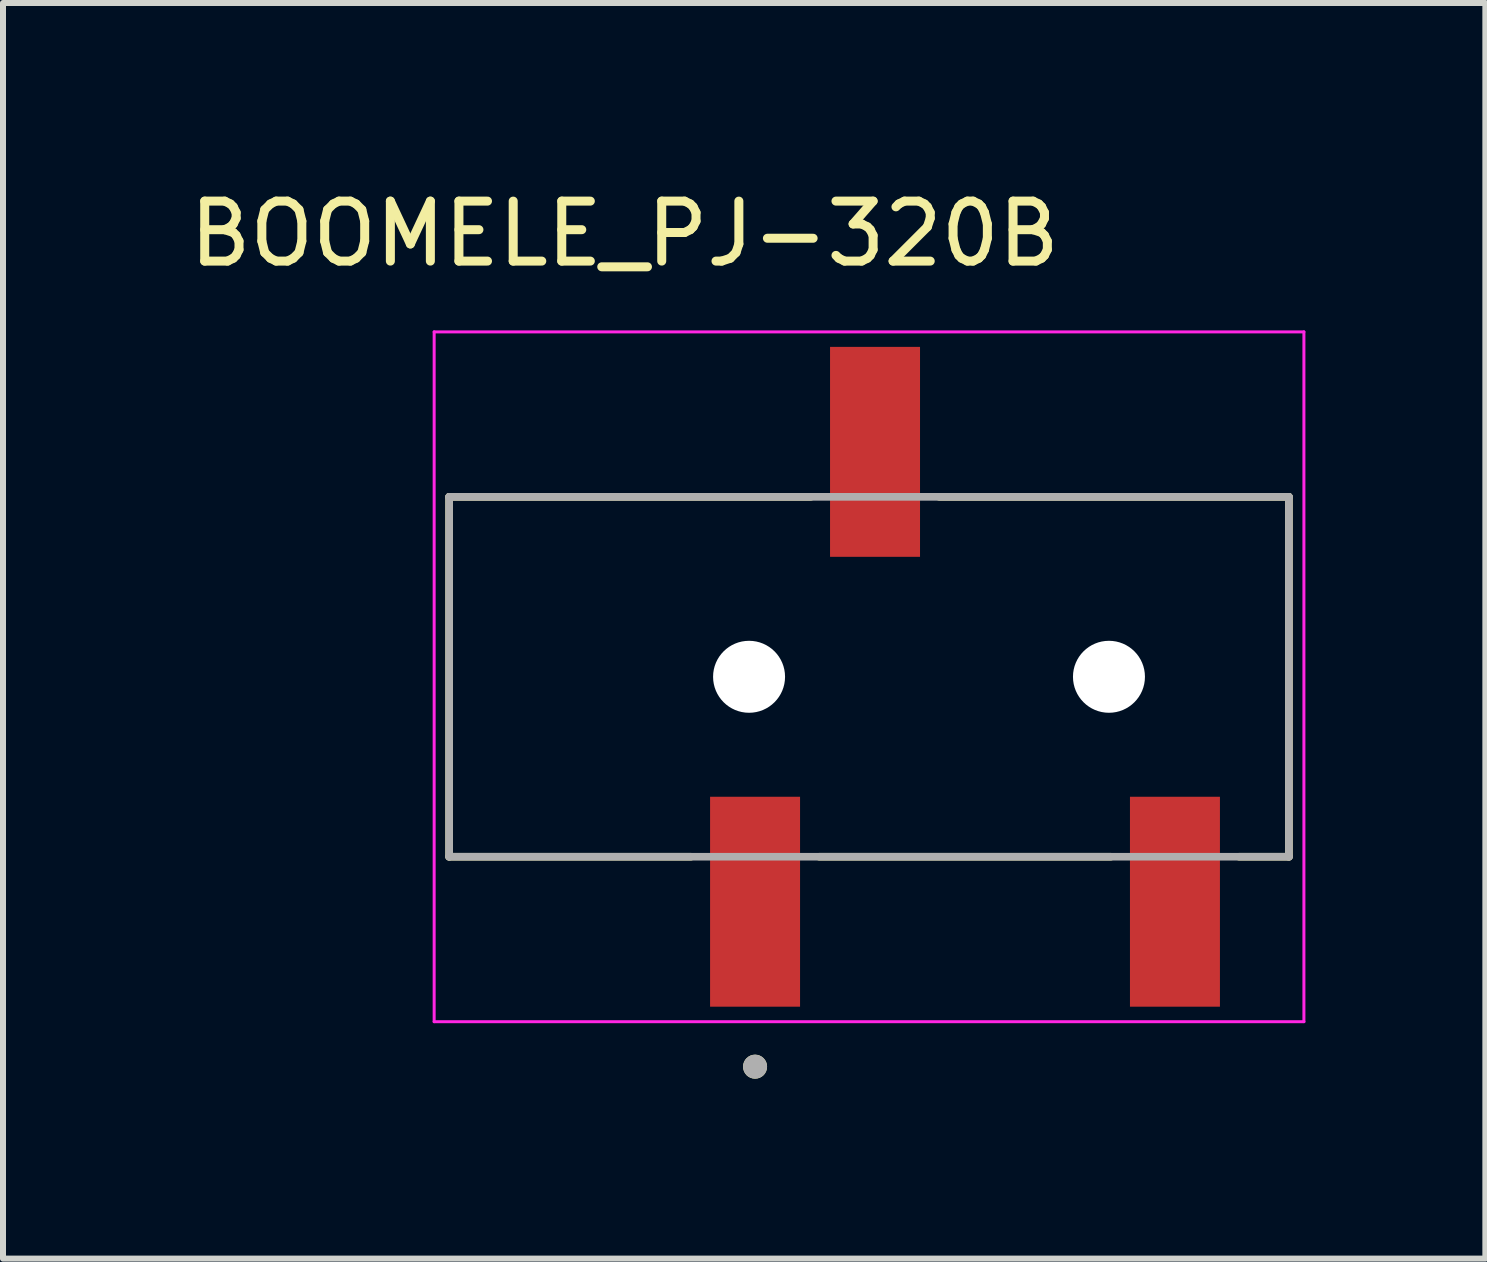
<source format=kicad_pcb>
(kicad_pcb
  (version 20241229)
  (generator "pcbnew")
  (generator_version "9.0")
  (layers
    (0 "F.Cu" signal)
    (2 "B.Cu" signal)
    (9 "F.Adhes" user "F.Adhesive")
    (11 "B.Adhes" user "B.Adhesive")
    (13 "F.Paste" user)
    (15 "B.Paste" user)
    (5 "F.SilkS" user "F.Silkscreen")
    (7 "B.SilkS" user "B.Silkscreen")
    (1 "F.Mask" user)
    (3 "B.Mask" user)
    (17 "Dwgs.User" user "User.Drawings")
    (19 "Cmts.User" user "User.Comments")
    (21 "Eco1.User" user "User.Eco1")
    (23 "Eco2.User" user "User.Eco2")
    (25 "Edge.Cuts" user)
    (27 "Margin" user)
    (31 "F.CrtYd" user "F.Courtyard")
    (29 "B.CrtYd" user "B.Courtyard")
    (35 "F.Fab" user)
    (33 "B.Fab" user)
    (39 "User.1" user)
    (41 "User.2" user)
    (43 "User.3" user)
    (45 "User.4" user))
  (footprint "BOOMELE_PJ-320B"
    (layer "F.Cu")
    (at 12.438 8.233)
    (property "Reference" "BOOMELE_PJ-320B" (at -5.075 -7.385 0) (layer "F.SilkS") (effects (font (size 1 1) (thickness 0.15))))
    (attr smd)
    (fp_line (start -8 -3) (end -1.97 -3) (stroke (width 0.127) (type solid)) (layer "F.SilkS"))
    (fp_line (start -8 3) (end -8 -3) (stroke (width 0.127) (type solid)) (layer "F.SilkS"))
    (fp_line (start -3.97 3) (end -8 3) (stroke (width 0.127) (type solid)) (layer "F.SilkS"))
    (fp_line (start -1.83 3) (end 3.03 3) (stroke (width 0.127) (type solid)) (layer "F.SilkS"))
    (fp_line (start 0.17 -3) (end 6 -3) (stroke (width 0.127) (type solid)) (layer "F.SilkS"))
    (fp_line (start 6 -3) (end 6 3) (stroke (width 0.127) (type solid)) (layer "F.SilkS"))
    (fp_line (start 6 3) (end 5.17 3) (stroke (width 0.127) (type solid)) (layer "F.SilkS"))
    (fp_circle (center -2.9 6.5) (end -2.8 6.5) (stroke (width 0.2) (type solid)) (fill no) (layer "F.SilkS"))
    (fp_line (start -8.25 -5.75) (end -8.25 5.75) (stroke (width 0.05) (type solid)) (layer "F.CrtYd"))
    (fp_line (start -8.25 5.75) (end 6.25 5.75) (stroke (width 0.05) (type solid)) (layer "F.CrtYd"))
    (fp_line (start 6.25 -5.75) (end -8.25 -5.75) (stroke (width 0.05) (type solid)) (layer "F.CrtYd"))
    (fp_line (start 6.25 5.75) (end 6.25 -5.75) (stroke (width 0.05) (type solid)) (layer "F.CrtYd"))
    (fp_line (start -8 -3) (end 6 -3) (stroke (width 0.127) (type solid)) (layer "F.Fab"))
    (fp_line (start -8 3) (end -8 -3) (stroke (width 0.127) (type solid)) (layer "F.Fab"))
    (fp_line (start 6 -3) (end 6 3) (stroke (width 0.127) (type solid)) (layer "F.Fab"))
    (fp_line (start 6 3) (end -8 3) (stroke (width 0.127) (type solid)) (layer "F.Fab"))
    (fp_circle (center -2.9 6.5) (end -2.8 6.5) (stroke (width 0.2) (type solid)) (fill no) (layer "F.Fab"))
    (pad "" np_thru_hole circle (at -3 0) (size 1.2 1.2) (drill 1.2) (layers "*.Cu" "*.Mask"))
    (pad "" np_thru_hole circle (at 3 0) (size 1.2 1.2) (drill 1.2) (layers "*.Cu" "*.Mask"))
    (pad "1" smd rect (at -2.9 3.75) (size 1.5 3.5) (layers "F.Cu" "F.Mask" "F.Paste"))
    (pad "2" smd rect (at -0.9 -3.75) (size 1.5 3.5) (layers "F.Cu" "F.Mask" "F.Paste"))
    (pad "3" smd rect (at 4.1 3.75) (size 1.5 3.5) (layers "F.Cu" "F.Mask" "F.Paste")))
  (gr_rect
    (start -3 -3)
    (end 21.713 17.933)
    (stroke (width 0.1) (type default))
    (fill no)
    (layer "Edge.Cuts")))
</source>
